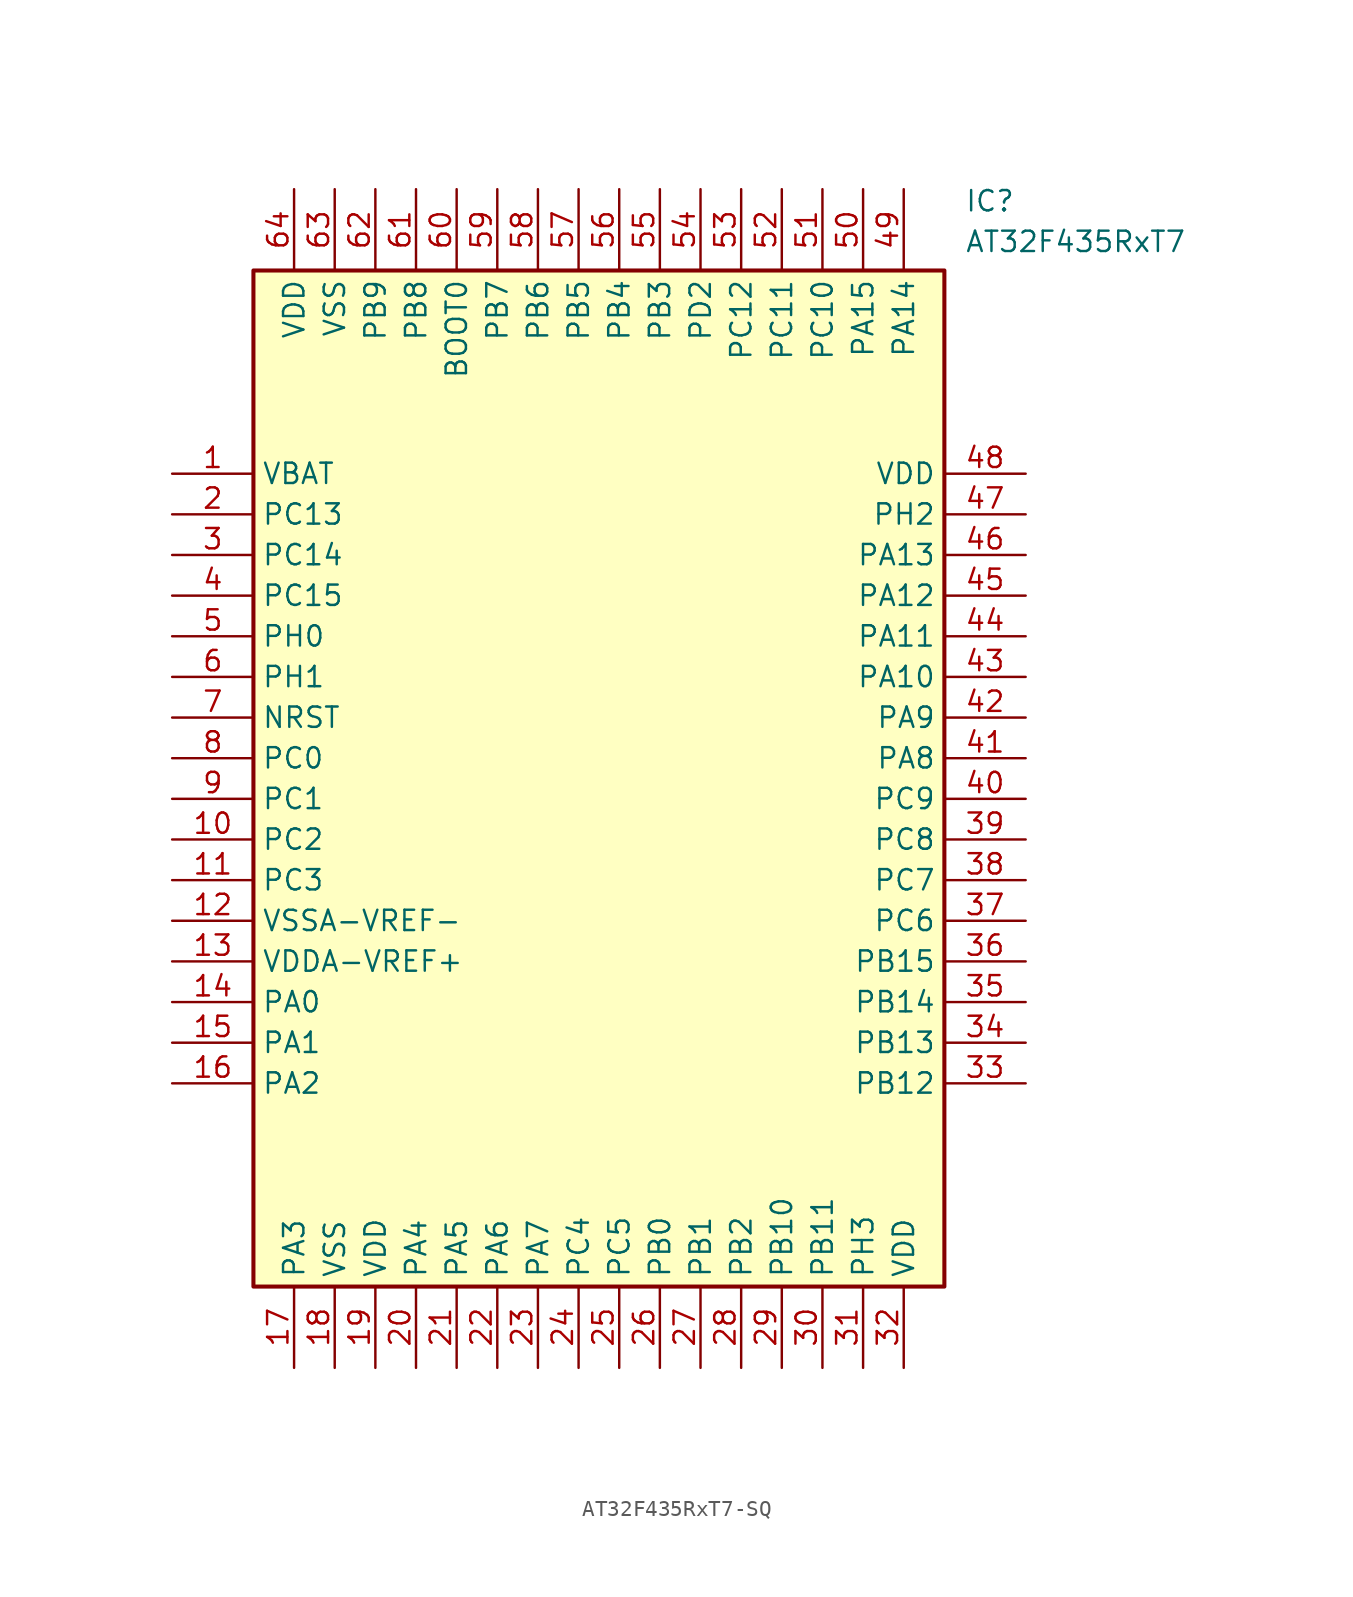
<source format=kicad_sym>
(kicad_symbol_lib
  (version 20231120)
  (generator "kicad_symbol_editor")
  (generator_version "8.0")
  (symbol "AT32F435RxT7-SQ"
    (property "Reference" "IC"
      (at 49.53 17.78 0)
      (effects (font (size 1.27 1.27)) (justify left top)))
    (property "Value" "AT32F435RxT7"
      (at 49.53 15.24 0)
      (effects (font (size 1.27 1.27)) (justify left top)))
    (symbol "AT32F435RxT7-SQ_1_1"
      (rectangle (start 5.08 12.7) (end 48.26 -50.8) (stroke (width 0.254) (type default)) (fill (type background)))
      (pin passive line (at 0 0 0) (length 5.08) (name "VBAT" (effects (font (size 1.27 1.27)))) (number "1" (effects (font (size 1.27 1.27)))))
      (pin passive line (at 0 -22.86 0) (length 5.08) (name "PC2" (effects (font (size 1.27 1.27)))) (number "10" (effects (font (size 1.27 1.27)))))
      (pin passive line (at 0 -25.4 0) (length 5.08) (name "PC3" (effects (font (size 1.27 1.27)))) (number "11" (effects (font (size 1.27 1.27)))))
      (pin passive line (at 0 -27.94 0) (length 5.08) (name "VSSA-VREF-" (effects (font (size 1.27 1.27)))) (number "12" (effects (font (size 1.27 1.27)))))
      (pin passive line (at 0 -30.48 0) (length 5.08) (name "VDDA-VREF+" (effects (font (size 1.27 1.27)))) (number "13" (effects (font (size 1.27 1.27)))))
      (pin passive line (at 0 -33.02 0) (length 5.08) (name "PA0" (effects (font (size 1.27 1.27)))) (number "14" (effects (font (size 1.27 1.27)))))
      (pin passive line (at 0 -35.56 0) (length 5.08) (name "PA1" (effects (font (size 1.27 1.27)))) (number "15" (effects (font (size 1.27 1.27)))))
      (pin passive line (at 0 -38.1 0) (length 5.08) (name "PA2" (effects (font (size 1.27 1.27)))) (number "16" (effects (font (size 1.27 1.27)))))
      (pin passive line (at 7.62 -55.88 90) (length 5.08) (name "PA3" (effects (font (size 1.27 1.27)))) (number "17" (effects (font (size 1.27 1.27)))))
      (pin passive line (at 10.16 -55.88 90) (length 5.08) (name "VSS" (effects (font (size 1.27 1.27)))) (number "18" (effects (font (size 1.27 1.27)))))
      (pin passive line (at 12.7 -55.88 90) (length 5.08) (name "VDD" (effects (font (size 1.27 1.27)))) (number "19" (effects (font (size 1.27 1.27)))))
      (pin passive line (at 0 -2.54 0) (length 5.08) (name "PC13" (effects (font (size 1.27 1.27)))) (number "2" (effects (font (size 1.27 1.27)))))
      (pin passive line (at 15.24 -55.88 90) (length 5.08) (name "PA4" (effects (font (size 1.27 1.27)))) (number "20" (effects (font (size 1.27 1.27)))))
      (pin passive line (at 17.78 -55.88 90) (length 5.08) (name "PA5" (effects (font (size 1.27 1.27)))) (number "21" (effects (font (size 1.27 1.27)))))
      (pin passive line (at 20.32 -55.88 90) (length 5.08) (name "PA6" (effects (font (size 1.27 1.27)))) (number "22" (effects (font (size 1.27 1.27)))))
      (pin passive line (at 22.86 -55.88 90) (length 5.08) (name "PA7" (effects (font (size 1.27 1.27)))) (number "23" (effects (font (size 1.27 1.27)))))
      (pin passive line (at 25.4 -55.88 90) (length 5.08) (name "PC4" (effects (font (size 1.27 1.27)))) (number "24" (effects (font (size 1.27 1.27)))))
      (pin passive line (at 27.94 -55.88 90) (length 5.08) (name "PC5" (effects (font (size 1.27 1.27)))) (number "25" (effects (font (size 1.27 1.27)))))
      (pin passive line (at 30.48 -55.88 90) (length 5.08) (name "PB0" (effects (font (size 1.27 1.27)))) (number "26" (effects (font (size 1.27 1.27)))))
      (pin passive line (at 33.02 -55.88 90) (length 5.08) (name "PB1" (effects (font (size 1.27 1.27)))) (number "27" (effects (font (size 1.27 1.27)))))
      (pin passive line (at 35.56 -55.88 90) (length 5.08) (name "PB2" (effects (font (size 1.27 1.27)))) (number "28" (effects (font (size 1.27 1.27)))))
      (pin passive line (at 38.1 -55.88 90) (length 5.08) (name "PB10" (effects (font (size 1.27 1.27)))) (number "29" (effects (font (size 1.27 1.27)))))
      (pin passive line (at 0 -5.08 0) (length 5.08) (name "PC14" (effects (font (size 1.27 1.27)))) (number "3" (effects (font (size 1.27 1.27)))))
      (pin passive line (at 40.64 -55.88 90) (length 5.08) (name "PB11" (effects (font (size 1.27 1.27)))) (number "30" (effects (font (size 1.27 1.27)))))
      (pin passive line (at 43.18 -55.88 90) (length 5.08) (name "PH3" (effects (font (size 1.27 1.27)))) (number "31" (effects (font (size 1.27 1.27)))))
      (pin passive line (at 45.72 -55.88 90) (length 5.08) (name "VDD" (effects (font (size 1.27 1.27)))) (number "32" (effects (font (size 1.27 1.27)))))
      (pin passive line (at 53.34 -38.1 180) (length 5.08) (name "PB12" (effects (font (size 1.27 1.27)))) (number "33" (effects (font (size 1.27 1.27)))))
      (pin passive line (at 53.34 -35.56 180) (length 5.08) (name "PB13" (effects (font (size 1.27 1.27)))) (number "34" (effects (font (size 1.27 1.27)))))
      (pin passive line (at 53.34 -33.02 180) (length 5.08) (name "PB14" (effects (font (size 1.27 1.27)))) (number "35" (effects (font (size 1.27 1.27)))))
      (pin passive line (at 53.34 -30.48 180) (length 5.08) (name "PB15" (effects (font (size 1.27 1.27)))) (number "36" (effects (font (size 1.27 1.27)))))
      (pin passive line (at 53.34 -27.94 180) (length 5.08) (name "PC6" (effects (font (size 1.27 1.27)))) (number "37" (effects (font (size 1.27 1.27)))))
      (pin passive line (at 53.34 -25.4 180) (length 5.08) (name "PC7" (effects (font (size 1.27 1.27)))) (number "38" (effects (font (size 1.27 1.27)))))
      (pin passive line (at 53.34 -22.86 180) (length 5.08) (name "PC8" (effects (font (size 1.27 1.27)))) (number "39" (effects (font (size 1.27 1.27)))))
      (pin passive line (at 0 -7.62 0) (length 5.08) (name "PC15" (effects (font (size 1.27 1.27)))) (number "4" (effects (font (size 1.27 1.27)))))
      (pin passive line (at 53.34 -20.32 180) (length 5.08) (name "PC9" (effects (font (size 1.27 1.27)))) (number "40" (effects (font (size 1.27 1.27)))))
      (pin passive line (at 53.34 -17.78 180) (length 5.08) (name "PA8" (effects (font (size 1.27 1.27)))) (number "41" (effects (font (size 1.27 1.27)))))
      (pin passive line (at 53.34 -15.24 180) (length 5.08) (name "PA9" (effects (font (size 1.27 1.27)))) (number "42" (effects (font (size 1.27 1.27)))))
      (pin passive line (at 53.34 -12.7 180) (length 5.08) (name "PA10" (effects (font (size 1.27 1.27)))) (number "43" (effects (font (size 1.27 1.27)))))
      (pin passive line (at 53.34 -10.16 180) (length 5.08) (name "PA11" (effects (font (size 1.27 1.27)))) (number "44" (effects (font (size 1.27 1.27)))))
      (pin passive line (at 53.34 -7.62 180) (length 5.08) (name "PA12" (effects (font (size 1.27 1.27)))) (number "45" (effects (font (size 1.27 1.27)))))
      (pin passive line (at 53.34 -5.08 180) (length 5.08) (name "PA13" (effects (font (size 1.27 1.27)))) (number "46" (effects (font (size 1.27 1.27)))))
      (pin passive line (at 53.34 -2.54 180) (length 5.08) (name "PH2" (effects (font (size 1.27 1.27)))) (number "47" (effects (font (size 1.27 1.27)))))
      (pin passive line (at 53.34 0 180) (length 5.08) (name "VDD" (effects (font (size 1.27 1.27)))) (number "48" (effects (font (size 1.27 1.27)))))
      (pin passive line (at 45.72 17.78 270) (length 5.08) (name "PA14" (effects (font (size 1.27 1.27)))) (number "49" (effects (font (size 1.27 1.27)))))
      (pin passive line (at 0 -10.16 0) (length 5.08) (name "PH0" (effects (font (size 1.27 1.27)))) (number "5" (effects (font (size 1.27 1.27)))))
      (pin passive line (at 43.18 17.78 270) (length 5.08) (name "PA15" (effects (font (size 1.27 1.27)))) (number "50" (effects (font (size 1.27 1.27)))))
      (pin passive line (at 40.64 17.78 270) (length 5.08) (name "PC10" (effects (font (size 1.27 1.27)))) (number "51" (effects (font (size 1.27 1.27)))))
      (pin passive line (at 38.1 17.78 270) (length 5.08) (name "PC11" (effects (font (size 1.27 1.27)))) (number "52" (effects (font (size 1.27 1.27)))))
      (pin passive line (at 35.56 17.78 270) (length 5.08) (name "PC12" (effects (font (size 1.27 1.27)))) (number "53" (effects (font (size 1.27 1.27)))))
      (pin passive line (at 33.02 17.78 270) (length 5.08) (name "PD2" (effects (font (size 1.27 1.27)))) (number "54" (effects (font (size 1.27 1.27)))))
      (pin passive line (at 30.48 17.78 270) (length 5.08) (name "PB3" (effects (font (size 1.27 1.27)))) (number "55" (effects (font (size 1.27 1.27)))))
      (pin passive line (at 27.94 17.78 270) (length 5.08) (name "PB4" (effects (font (size 1.27 1.27)))) (number "56" (effects (font (size 1.27 1.27)))))
      (pin passive line (at 25.4 17.78 270) (length 5.08) (name "PB5" (effects (font (size 1.27 1.27)))) (number "57" (effects (font (size 1.27 1.27)))))
      (pin passive line (at 22.86 17.78 270) (length 5.08) (name "PB6" (effects (font (size 1.27 1.27)))) (number "58" (effects (font (size 1.27 1.27)))))
      (pin passive line (at 20.32 17.78 270) (length 5.08) (name "PB7" (effects (font (size 1.27 1.27)))) (number "59" (effects (font (size 1.27 1.27)))))
      (pin passive line (at 0 -12.7 0) (length 5.08) (name "PH1" (effects (font (size 1.27 1.27)))) (number "6" (effects (font (size 1.27 1.27)))))
      (pin passive line (at 17.78 17.78 270) (length 5.08) (name "BOOT0" (effects (font (size 1.27 1.27)))) (number "60" (effects (font (size 1.27 1.27)))))
      (pin passive line (at 15.24 17.78 270) (length 5.08) (name "PB8" (effects (font (size 1.27 1.27)))) (number "61" (effects (font (size 1.27 1.27)))))
      (pin passive line (at 12.7 17.78 270) (length 5.08) (name "PB9" (effects (font (size 1.27 1.27)))) (number "62" (effects (font (size 1.27 1.27)))))
      (pin passive line (at 10.16 17.78 270) (length 5.08) (name "VSS" (effects (font (size 1.27 1.27)))) (number "63" (effects (font (size 1.27 1.27)))))
      (pin passive line (at 7.62 17.78 270) (length 5.08) (name "VDD" (effects (font (size 1.27 1.27)))) (number "64" (effects (font (size 1.27 1.27)))))
      (pin passive line (at 0 -15.24 0) (length 5.08) (name "NRST" (effects (font (size 1.27 1.27)))) (number "7" (effects (font (size 1.27 1.27)))))
      (pin passive line (at 0 -17.78 0) (length 5.08) (name "PC0" (effects (font (size 1.27 1.27)))) (number "8" (effects (font (size 1.27 1.27)))))
      (pin passive line (at 0 -20.32 0) (length 5.08) (name "PC1" (effects (font (size 1.27 1.27)))) (number "9" (effects (font (size 1.27 1.27))))))))
</source>
